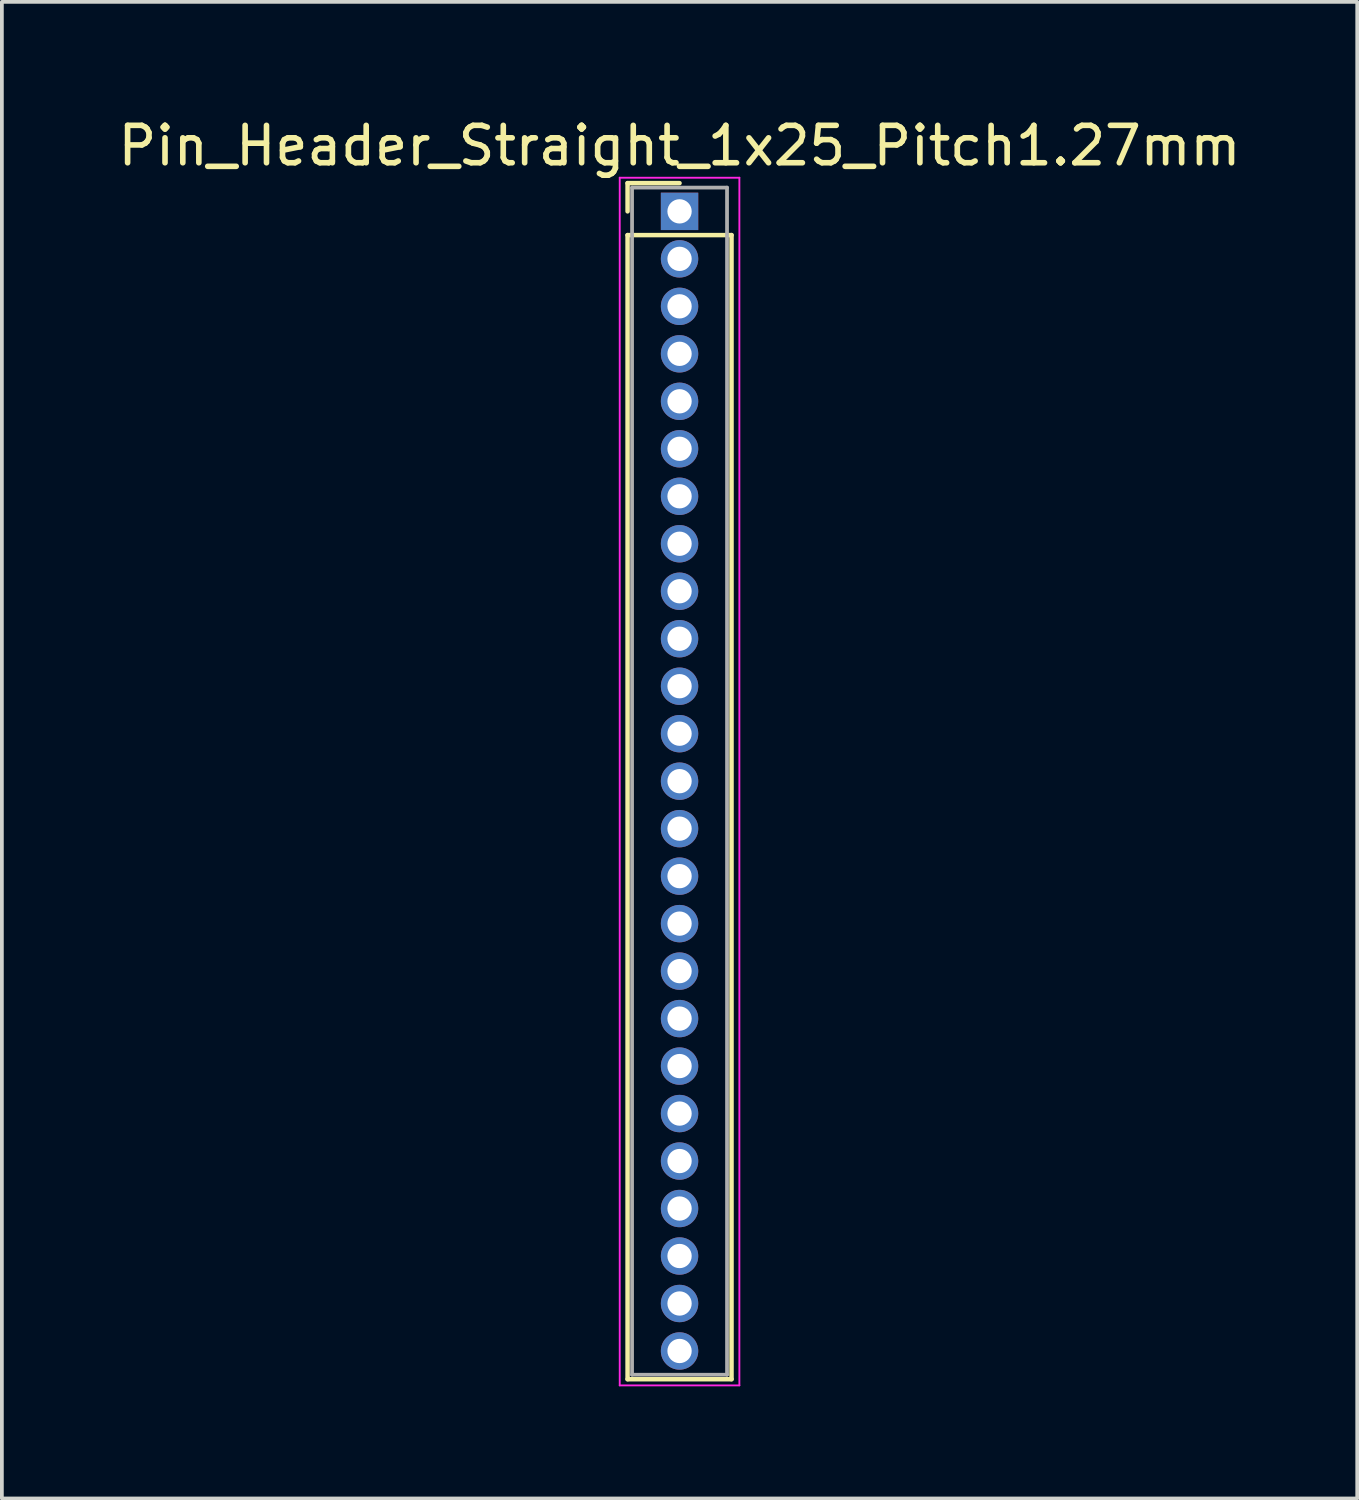
<source format=kicad_pcb>
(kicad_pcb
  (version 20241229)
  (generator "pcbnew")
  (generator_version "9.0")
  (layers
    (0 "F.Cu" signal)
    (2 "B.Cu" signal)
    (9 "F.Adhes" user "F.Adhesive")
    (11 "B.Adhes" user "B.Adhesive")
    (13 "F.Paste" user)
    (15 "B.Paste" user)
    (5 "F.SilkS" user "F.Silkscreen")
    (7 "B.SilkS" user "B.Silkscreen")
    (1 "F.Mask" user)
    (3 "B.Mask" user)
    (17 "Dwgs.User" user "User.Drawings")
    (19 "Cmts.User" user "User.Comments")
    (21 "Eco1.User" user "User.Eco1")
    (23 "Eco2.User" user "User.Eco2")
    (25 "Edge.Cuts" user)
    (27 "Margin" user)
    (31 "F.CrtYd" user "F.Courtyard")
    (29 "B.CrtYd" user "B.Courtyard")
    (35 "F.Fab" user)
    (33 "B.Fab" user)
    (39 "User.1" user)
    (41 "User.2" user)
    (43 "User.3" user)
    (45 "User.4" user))
  (footprint "Pin_Header_Straight_1x25_Pitch1.27mm"
    (layer "F.Cu")
    (at 15.125 2.603)
    (property "Reference" "Pin_Header_Straight_1x25_Pitch1.27mm" (at 0 -1.755 0) (layer "F.SilkS") (effects (font (size 1 1) (thickness 0.15))))
    (attr through_hole)
    (fp_line (start -1.39 -0.755) (end 0 -0.755) (stroke (width 0.12) (type solid)) (layer "F.SilkS"))
    (fp_line (start -1.39 0) (end -1.39 -0.755) (stroke (width 0.12) (type solid)) (layer "F.SilkS"))
    (fp_line (start -1.39 0.635) (end -1.39 31.235) (stroke (width 0.12) (type solid)) (layer "F.SilkS"))
    (fp_line (start -1.39 31.235) (end 1.39 31.235) (stroke (width 0.12) (type solid)) (layer "F.SilkS"))
    (fp_line (start 1.39 0.635) (end -1.39 0.635) (stroke (width 0.12) (type solid)) (layer "F.SilkS"))
    (fp_line (start 1.39 31.235) (end 1.39 0.635) (stroke (width 0.12) (type solid)) (layer "F.SilkS"))
    (fp_line (start -1.6 -0.9) (end -1.6 31.4) (stroke (width 0.05) (type solid)) (layer "F.CrtYd"))
    (fp_line (start -1.6 31.4) (end 1.6 31.4) (stroke (width 0.05) (type solid)) (layer "F.CrtYd"))
    (fp_line (start 1.6 -0.9) (end -1.6 -0.9) (stroke (width 0.05) (type solid)) (layer "F.CrtYd"))
    (fp_line (start 1.6 31.4) (end 1.6 -0.9) (stroke (width 0.05) (type solid)) (layer "F.CrtYd"))
    (fp_line (start -1.27 -0.635) (end -1.27 31.115) (stroke (width 0.1) (type solid)) (layer "F.Fab"))
    (fp_line (start -1.27 31.115) (end 1.27 31.115) (stroke (width 0.1) (type solid)) (layer "F.Fab"))
    (fp_line (start 1.27 -0.635) (end -1.27 -0.635) (stroke (width 0.1) (type solid)) (layer "F.Fab"))
    (fp_line (start 1.27 31.115) (end 1.27 -0.635) (stroke (width 0.1) (type solid)) (layer "F.Fab"))
    (pad "1" thru_hole rect (at 0 0) (size 1 1) (drill 0.65) (layers "*.Cu" "*.Mask"))
    (pad "2" thru_hole oval (at 0 1.27) (size 1 1) (drill 0.65) (layers "*.Cu" "*.Mask"))
    (pad "3" thru_hole oval (at 0 2.54) (size 1 1) (drill 0.65) (layers "*.Cu" "*.Mask"))
    (pad "4" thru_hole oval (at 0 3.81) (size 1 1) (drill 0.65) (layers "*.Cu" "*.Mask"))
    (pad "5" thru_hole oval (at 0 5.08) (size 1 1) (drill 0.65) (layers "*.Cu" "*.Mask"))
    (pad "6" thru_hole oval (at 0 6.35) (size 1 1) (drill 0.65) (layers "*.Cu" "*.Mask"))
    (pad "7" thru_hole oval (at 0 7.62) (size 1 1) (drill 0.65) (layers "*.Cu" "*.Mask"))
    (pad "8" thru_hole oval (at 0 8.89) (size 1 1) (drill 0.65) (layers "*.Cu" "*.Mask"))
    (pad "9" thru_hole oval (at 0 10.16) (size 1 1) (drill 0.65) (layers "*.Cu" "*.Mask"))
    (pad "10" thru_hole oval (at 0 11.43) (size 1 1) (drill 0.65) (layers "*.Cu" "*.Mask"))
    (pad "11" thru_hole oval (at 0 12.7) (size 1 1) (drill 0.65) (layers "*.Cu" "*.Mask"))
    (pad "12" thru_hole oval (at 0 13.97) (size 1 1) (drill 0.65) (layers "*.Cu" "*.Mask"))
    (pad "13" thru_hole oval (at 0 15.24) (size 1 1) (drill 0.65) (layers "*.Cu" "*.Mask"))
    (pad "14" thru_hole oval (at 0 16.51) (size 1 1) (drill 0.65) (layers "*.Cu" "*.Mask"))
    (pad "15" thru_hole oval (at 0 17.78) (size 1 1) (drill 0.65) (layers "*.Cu" "*.Mask"))
    (pad "16" thru_hole oval (at 0 19.05) (size 1 1) (drill 0.65) (layers "*.Cu" "*.Mask"))
    (pad "17" thru_hole oval (at 0 20.32) (size 1 1) (drill 0.65) (layers "*.Cu" "*.Mask"))
    (pad "18" thru_hole oval (at 0 21.59) (size 1 1) (drill 0.65) (layers "*.Cu" "*.Mask"))
    (pad "19" thru_hole oval (at 0 22.86) (size 1 1) (drill 0.65) (layers "*.Cu" "*.Mask"))
    (pad "20" thru_hole oval (at 0 24.13) (size 1 1) (drill 0.65) (layers "*.Cu" "*.Mask"))
    (pad "21" thru_hole oval (at 0 25.4) (size 1 1) (drill 0.65) (layers "*.Cu" "*.Mask"))
    (pad "22" thru_hole oval (at 0 26.67) (size 1 1) (drill 0.65) (layers "*.Cu" "*.Mask"))
    (pad "23" thru_hole oval (at 0 27.94) (size 1 1) (drill 0.65) (layers "*.Cu" "*.Mask"))
    (pad "24" thru_hole oval (at 0 29.21) (size 1 1) (drill 0.65) (layers "*.Cu" "*.Mask"))
    (pad "25" thru_hole oval (at 0 30.48) (size 1 1) (drill 0.65) (layers "*.Cu" "*.Mask")))
  (gr_rect
    (start -3 -3)
    (end 33.25 37.028)
    (stroke (width 0.1) (type default))
    (fill no)
    (layer "Edge.Cuts")))
</source>
